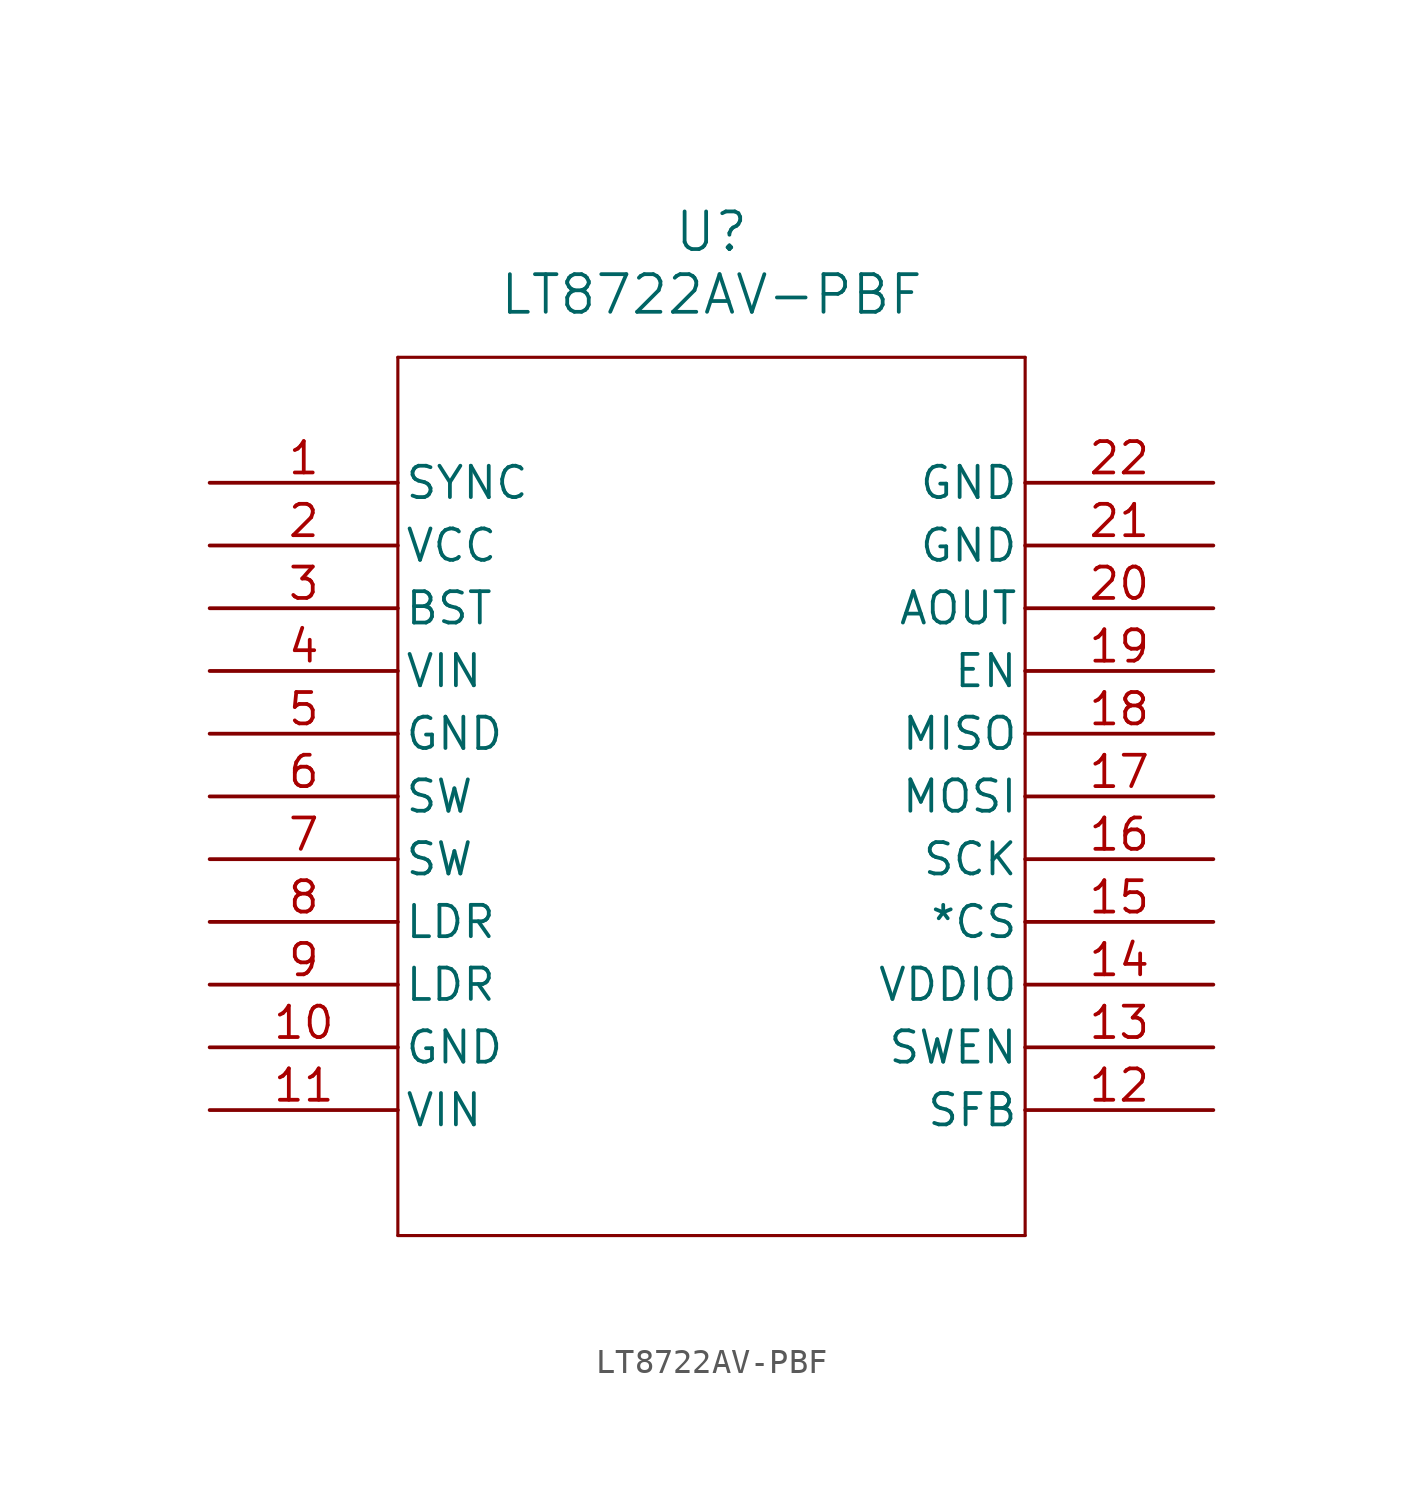
<source format=kicad_sym>
(kicad_symbol_lib
  (version 20211014)
  (generator kicad_symbol_editor)
  (symbol "LT8722AV-PBF"
    (pin_names
      (offset 0.254))
    (property "Reference" "U"
      (at 20.32 10.16 0)
      (effects (font (size 1.524 1.524))))
    (property "Value" "LT8722AV-PBF"
      (at 20.32 7.62 0)
      (effects (font (size 1.524 1.524))))
    (symbol "LT8722AV-PBF_0_1"
      (polyline (pts (xy 7.62 5.08) (xy 7.62 -30.48)) (stroke (width 0.127) (type default) (color 0 0 0 0)) (fill (type none)))
      (polyline (pts (xy 7.62 -30.48) (xy 33.02 -30.48)) (stroke (width 0.127) (type default) (color 0 0 0 0)) (fill (type none)))
      (polyline (pts (xy 33.02 -30.48) (xy 33.02 5.08)) (stroke (width 0.127) (type default) (color 0 0 0 0)) (fill (type none)))
      (polyline (pts (xy 33.02 5.08) (xy 7.62 5.08)) (stroke (width 0.127) (type default) (color 0 0 0 0)) (fill (type none)))
      (pin input line (at 0 0 0) (length 7.62) (name "SYNC" (effects (font (size 1.27 1.27)))) (number "1" (effects (font (size 1.27 1.27)))))
      (pin power_in line (at 0 -2.54 0) (length 7.62) (name "VCC" (effects (font (size 1.27 1.27)))) (number "2" (effects (font (size 1.27 1.27)))))
      (pin power_in line (at 0 -5.08 0) (length 7.62) (name "BST" (effects (font (size 1.27 1.27)))) (number "3" (effects (font (size 1.27 1.27)))))
      (pin power_in line (at 0 -7.62 0) (length 7.62) (name "VIN" (effects (font (size 1.27 1.27)))) (number "4" (effects (font (size 1.27 1.27)))))
      (pin power_out line (at 0 -10.16 0) (length 7.62) (name "GND" (effects (font (size 1.27 1.27)))) (number "5" (effects (font (size 1.27 1.27)))))
      (pin output line (at 0 -12.7 0) (length 7.62) (name "SW" (effects (font (size 1.27 1.27)))) (number "6" (effects (font (size 1.27 1.27)))))
      (pin output line (at 0 -15.24 0) (length 7.62) (name "SW" (effects (font (size 1.27 1.27)))) (number "7" (effects (font (size 1.27 1.27)))))
      (pin power_in line (at 0 -17.78 0) (length 7.62) (name "LDR" (effects (font (size 1.27 1.27)))) (number "8" (effects (font (size 1.27 1.27)))))
      (pin power_in line (at 0 -20.32 0) (length 7.62) (name "LDR" (effects (font (size 1.27 1.27)))) (number "9" (effects (font (size 1.27 1.27)))))
      (pin power_out line (at 0 -22.86 0) (length 7.62) (name "GND" (effects (font (size 1.27 1.27)))) (number "10" (effects (font (size 1.27 1.27)))))
      (pin power_in line (at 0 -25.4 0) (length 7.62) (name "VIN" (effects (font (size 1.27 1.27)))) (number "11" (effects (font (size 1.27 1.27)))))
      (pin input line (at 40.64 -25.4 180) (length 7.62) (name "SFB" (effects (font (size 1.27 1.27)))) (number "12" (effects (font (size 1.27 1.27)))))
      (pin bidirectional line (at 40.64 -22.86 180) (length 7.62) (name "SWEN" (effects (font (size 1.27 1.27)))) (number "13" (effects (font (size 1.27 1.27)))))
      (pin power_in line (at 40.64 -20.32 180) (length 7.62) (name "VDDIO" (effects (font (size 1.27 1.27)))) (number "14" (effects (font (size 1.27 1.27)))))
      (pin input line (at 40.64 -17.78 180) (length 7.62) (name "*CS" (effects (font (size 1.27 1.27)))) (number "15" (effects (font (size 1.27 1.27)))))
      (pin input line (at 40.64 -15.24 180) (length 7.62) (name "SCK" (effects (font (size 1.27 1.27)))) (number "16" (effects (font (size 1.27 1.27)))))
      (pin input line (at 40.64 -12.7 180) (length 7.62) (name "MOSI" (effects (font (size 1.27 1.27)))) (number "17" (effects (font (size 1.27 1.27)))))
      (pin output line (at 40.64 -10.16 180) (length 7.62) (name "MISO" (effects (font (size 1.27 1.27)))) (number "18" (effects (font (size 1.27 1.27)))))
      (pin input line (at 40.64 -7.62 180) (length 7.62) (name "EN" (effects (font (size 1.27 1.27)))) (number "19" (effects (font (size 1.27 1.27)))))
      (pin output line (at 40.64 -5.08 180) (length 7.62) (name "AOUT" (effects (font (size 1.27 1.27)))) (number "20" (effects (font (size 1.27 1.27)))))
      (pin power_out line (at 40.64 -2.54 180) (length 7.62) (name "GND" (effects (font (size 1.27 1.27)))) (number "21" (effects (font (size 1.27 1.27)))))
      (pin power_out line (at 40.64 0 180) (length 7.62) (name "GND" (effects (font (size 1.27 1.27)))) (number "22" (effects (font (size 1.27 1.27))))))))
</source>
